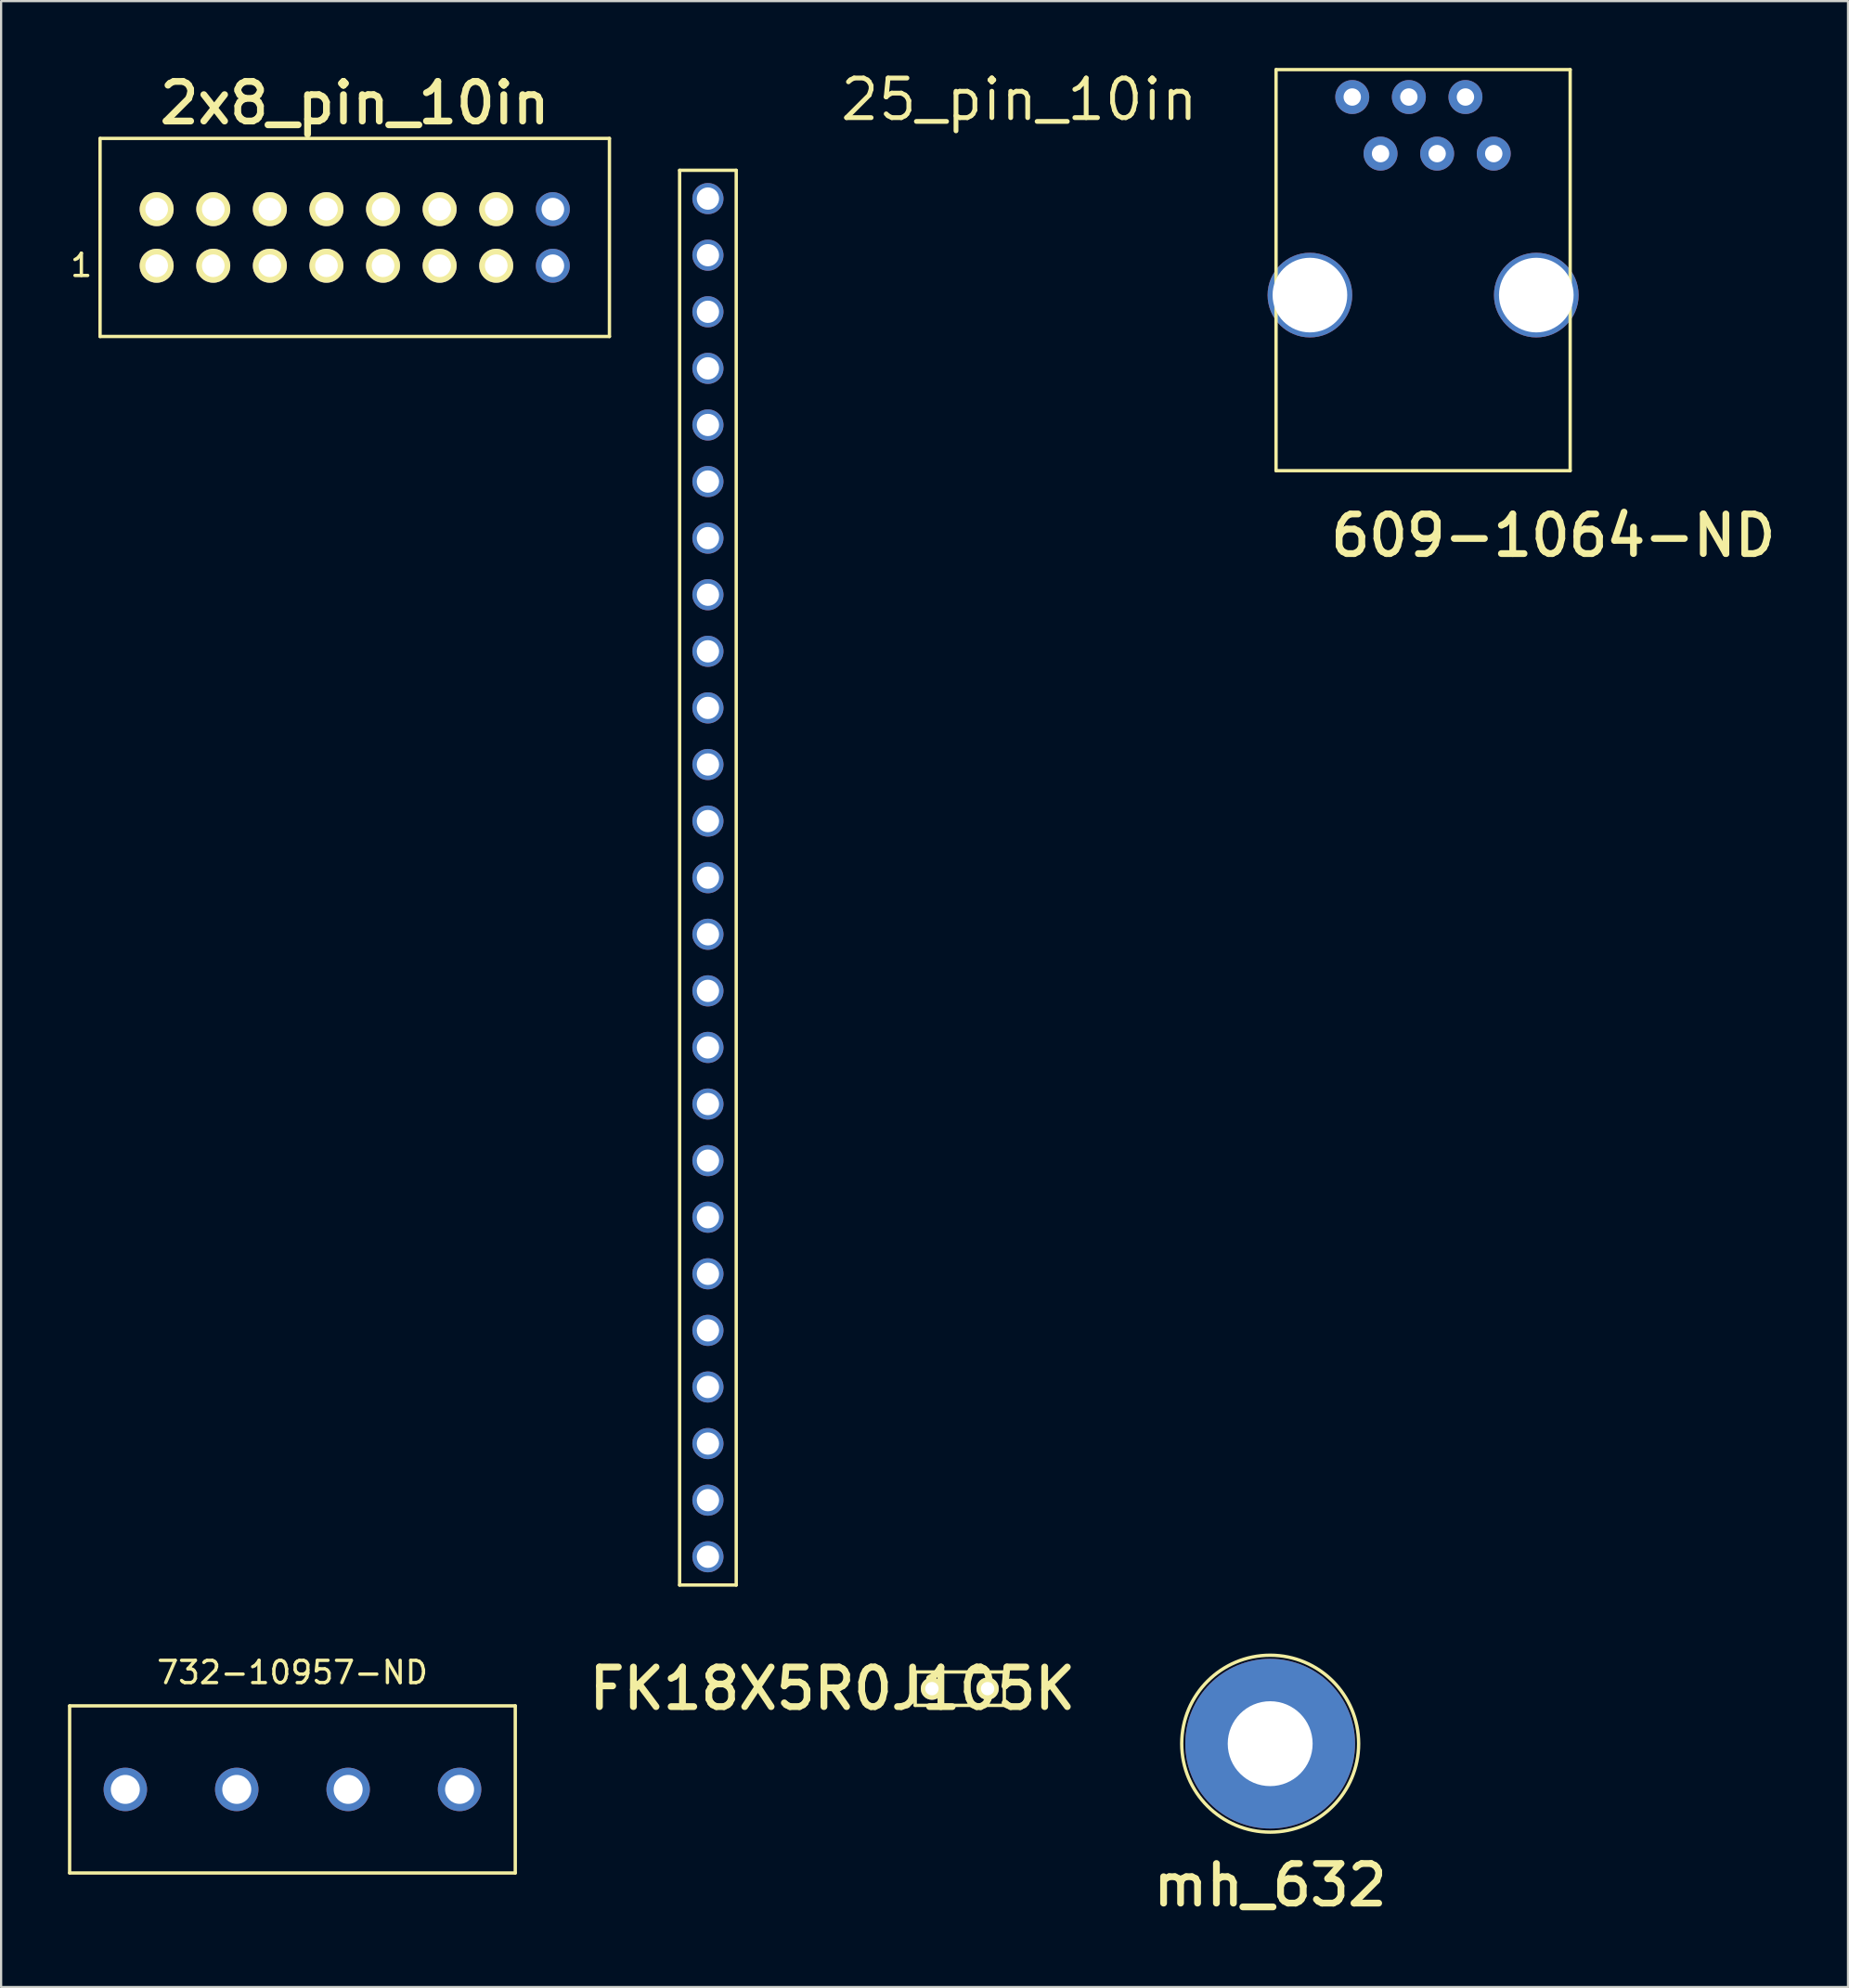
<source format=kicad_pcb>
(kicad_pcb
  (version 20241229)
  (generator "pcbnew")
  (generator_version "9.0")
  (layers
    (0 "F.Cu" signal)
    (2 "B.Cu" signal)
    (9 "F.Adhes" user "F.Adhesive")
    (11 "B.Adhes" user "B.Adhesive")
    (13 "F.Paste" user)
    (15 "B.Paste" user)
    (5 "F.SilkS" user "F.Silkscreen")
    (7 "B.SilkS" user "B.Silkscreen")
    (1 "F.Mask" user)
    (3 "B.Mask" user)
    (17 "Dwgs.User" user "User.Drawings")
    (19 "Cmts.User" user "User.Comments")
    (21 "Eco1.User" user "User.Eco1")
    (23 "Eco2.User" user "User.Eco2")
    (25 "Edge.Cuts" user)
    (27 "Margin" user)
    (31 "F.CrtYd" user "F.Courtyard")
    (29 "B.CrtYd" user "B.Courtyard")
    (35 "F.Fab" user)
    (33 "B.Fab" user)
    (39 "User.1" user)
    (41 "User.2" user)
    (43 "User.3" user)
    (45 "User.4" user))
  (footprint "2x8_pin_10in"
    (layer "F.Cu")
    (at 12.871 7.608)
    (property "Reference" "2x8_pin_10in" (at 0 -6.032 0) (layer "F.SilkS") (effects (font (size 1.778 1.778) (thickness 0.305))))
    (attr through_hole)
    (fp_line (start -11.43 -4.445) (end -11.43 4.445) (stroke (width 0.15) (type solid)) (layer "F.SilkS"))
    (fp_line (start -11.43 4.445) (end 11.43 4.445) (stroke (width 0.15) (type solid)) (layer "F.SilkS"))
    (fp_line (start 11.43 -4.445) (end -11.43 -4.445) (stroke (width 0.15) (type solid)) (layer "F.SilkS"))
    (fp_line (start 11.43 4.445) (end 11.43 -4.445) (stroke (width 0.15) (type solid)) (layer "F.SilkS"))
    (fp_text user "1" (at -12.27 1.25 0) (layer "F.SilkS") (effects (font (size 1 1) (thickness 0.15))))
    (pad "1" thru_hole circle (at -8.89 1.27) (size 1.524 1.524) (drill 1.016) (layers "*.Cu" "*.Mask" "F.SilkS"))
    (pad "2" thru_hole circle (at -8.89 -1.27) (size 1.524 1.524) (drill 1.016) (layers "*.Cu" "*.Mask" "F.SilkS"))
    (pad "3" thru_hole circle (at -6.35 1.27) (size 1.524 1.524) (drill 1.016) (layers "*.Cu" "*.Mask" "F.SilkS"))
    (pad "4" thru_hole circle (at -6.35 -1.27) (size 1.524 1.524) (drill 1.016) (layers "*.Cu" "*.Mask" "F.SilkS"))
    (pad "5" thru_hole circle (at -3.81 1.27) (size 1.524 1.524) (drill 1.016) (layers "*.Cu" "*.Mask" "F.SilkS"))
    (pad "6" thru_hole circle (at -3.81 -1.27) (size 1.524 1.524) (drill 1.016) (layers "*.Cu" "*.Mask" "F.SilkS"))
    (pad "7" thru_hole circle (at -1.27 1.27) (size 1.524 1.524) (drill 1.016) (layers "*.Cu" "*.Mask" "F.SilkS"))
    (pad "8" thru_hole circle (at -1.27 -1.27) (size 1.524 1.524) (drill 1.016) (layers "*.Cu" "*.Mask" "F.SilkS"))
    (pad "9" thru_hole circle (at 1.27 1.27) (size 1.524 1.524) (drill 1.016) (layers "*.Cu" "*.Mask" "F.SilkS"))
    (pad "10" thru_hole circle (at 1.27 -1.27) (size 1.524 1.524) (drill 1.016) (layers "*.Cu" "*.Mask" "F.SilkS"))
    (pad "11" thru_hole circle (at 3.81 1.27) (size 1.524 1.524) (drill 1.016) (layers "*.Cu" "*.Mask" "F.SilkS"))
    (pad "12" thru_hole circle (at 3.81 -1.27) (size 1.524 1.524) (drill 1.016) (layers "*.Cu" "*.Mask" "F.SilkS"))
    (pad "13" thru_hole circle (at 6.35 1.27) (size 1.524 1.524) (drill 1.016) (layers "*.Cu" "*.Mask" "F.SilkS"))
    (pad "14" thru_hole circle (at 6.35 -1.27) (size 1.524 1.524) (drill 1.016) (layers "*.Cu" "*.Mask" "F.SilkS"))
    (pad "15" thru_hole circle (at 8.89 1.27) (size 1.524 1.524) (drill 1.016) (layers "*.Cu" "*.Mask"))
    (pad "16" thru_hole circle (at 8.89 -1.27) (size 1.524 1.524) (drill 1.016) (layers "*.Cu" "*.Mask")))
  (footprint "732-10957-ND"
    (layer "F.Cu")
    (at 10.075 77.267)
    (property "Reference" "732-10957-ND" (at 0 -5.25 0) (layer "F.SilkS") (effects (font (size 1 1) (thickness 0.15))))
    (attr through_hole)
    (fp_line (start -10 -3.75) (end -10 3.75) (stroke (width 0.15) (type solid)) (layer "F.SilkS"))
    (fp_line (start -10 -3.75) (end 10 -3.75) (stroke (width 0.15) (type solid)) (layer "F.SilkS"))
    (fp_line (start -10 3.75) (end 10 3.75) (stroke (width 0.15) (type solid)) (layer "F.SilkS"))
    (fp_line (start 10 -3.75) (end 10 3.75) (stroke (width 0.15) (type solid)) (layer "F.SilkS"))
    (pad "1" thru_hole circle (at -7.5 0) (size 1.95 1.95) (drill 1.3) (layers "*.Cu" "*.Mask"))
    (pad "2" thru_hole circle (at -2.5 0) (size 1.95 1.95) (drill 1.3) (layers "*.Cu" "*.Mask"))
    (pad "3" thru_hole circle (at 2.5 0) (size 1.95 1.95) (drill 1.3) (layers "*.Cu" "*.Mask"))
    (pad "4" thru_hole circle (at 7.5 0) (size 1.95 1.95) (drill 1.3) (layers "*.Cu" "*.Mask")))
  (footprint "mh_632"
    (layer "F.Cu")
    (at 53.955 75.214)
    (property "Reference" "mh_632" (at 0 6.35 0) (layer "F.SilkS") (effects (font (size 1.778 1.778) (thickness 0.305))))
    (attr through_hole)
    (fp_circle (center 0 0) (end -2.6 -3) (stroke (width 0.15) (type solid)) (fill no) (layer "F.SilkS"))
    (pad "1" thru_hole circle (at 0 0) (size 7.62 7.62) (drill 3.81) (layers "*.Cu" "*.Mask")))
  (footprint "25_pin_10in"
    (layer "F.Cu")
    (at 42.691 36.344)
    (property "Reference" "25_pin_10in" (at 0 -34.925 0) (layer "F.SilkS") (effects (font (size 1.778 1.778) (thickness 0.216))))
    (attr through_hole)
    (fp_line (start -15.24 -31.75) (end -15.24 31.75) (stroke (width 0.15) (type solid)) (layer "F.SilkS"))
    (fp_line (start -15.24 -31.75) (end -12.7 -31.75) (stroke (width 0.15) (type solid)) (layer "F.SilkS"))
    (fp_line (start -15.24 31.75) (end -12.7 31.75) (stroke (width 0.15) (type solid)) (layer "F.SilkS"))
    (fp_line (start -12.7 31.75) (end -12.7 -31.75) (stroke (width 0.15) (type solid)) (layer "F.SilkS"))
    (pad "1" thru_hole circle (at -13.97 -30.48) (size 1.397 1.397) (drill 1) (layers "*.Cu" "*.Mask"))
    (pad "2" thru_hole circle (at -13.97 -27.94) (size 1.397 1.397) (drill 1) (layers "*.Cu" "*.Mask"))
    (pad "3" thru_hole circle (at -13.97 -25.4) (size 1.397 1.397) (drill 1) (layers "*.Cu" "*.Mask"))
    (pad "4" thru_hole circle (at -13.97 -22.86) (size 1.397 1.397) (drill 1) (layers "*.Cu" "*.Mask"))
    (pad "5" thru_hole circle (at -13.97 -20.32) (size 1.397 1.397) (drill 1) (layers "*.Cu" "*.Mask"))
    (pad "6" thru_hole circle (at -13.97 -17.78) (size 1.397 1.397) (drill 1) (layers "*.Cu" "*.Mask"))
    (pad "7" thru_hole circle (at -13.97 -15.24) (size 1.397 1.397) (drill 1) (layers "*.Cu" "*.Mask"))
    (pad "8" thru_hole circle (at -13.97 -12.7) (size 1.397 1.397) (drill 1) (layers "*.Cu" "*.Mask"))
    (pad "9" thru_hole circle (at -13.97 -10.16) (size 1.397 1.397) (drill 1) (layers "*.Cu" "*.Mask"))
    (pad "10" thru_hole circle (at -13.97 -7.62) (size 1.397 1.397) (drill 1) (layers "*.Cu" "*.Mask"))
    (pad "11" thru_hole circle (at -13.97 -5.08) (size 1.397 1.397) (drill 1) (layers "*.Cu" "*.Mask"))
    (pad "12" thru_hole circle (at -13.97 -2.54) (size 1.397 1.397) (drill 1) (layers "*.Cu" "*.Mask"))
    (pad "13" thru_hole circle (at -13.97 0) (size 1.397 1.397) (drill 1) (layers "*.Cu" "*.Mask"))
    (pad "14" thru_hole circle (at -13.97 2.54) (size 1.397 1.397) (drill 1) (layers "*.Cu" "*.Mask"))
    (pad "15" thru_hole circle (at -13.97 5.08) (size 1.397 1.397) (drill 1) (layers "*.Cu" "*.Mask"))
    (pad "16" thru_hole circle (at -13.97 7.62) (size 1.397 1.397) (drill 1) (layers "*.Cu" "*.Mask"))
    (pad "17" thru_hole circle (at -13.97 10.16) (size 1.397 1.397) (drill 1) (layers "*.Cu" "*.Mask"))
    (pad "18" thru_hole circle (at -13.97 12.7) (size 1.397 1.397) (drill 1) (layers "*.Cu" "*.Mask"))
    (pad "19" thru_hole circle (at -13.97 15.24) (size 1.397 1.397) (drill 1) (layers "*.Cu" "*.Mask"))
    (pad "20" thru_hole circle (at -13.97 17.78) (size 1.397 1.397) (drill 1) (layers "*.Cu" "*.Mask"))
    (pad "21" thru_hole circle (at -13.97 20.32) (size 1.397 1.397) (drill 1) (layers "*.Cu" "*.Mask"))
    (pad "22" thru_hole circle (at -13.97 22.86) (size 1.397 1.397) (drill 1) (layers "*.Cu" "*.Mask"))
    (pad "23" thru_hole circle (at -13.97 25.4) (size 1.397 1.397) (drill 1) (layers "*.Cu" "*.Mask"))
    (pad "24" thru_hole circle (at -13.97 27.94) (size 1.397 1.397) (drill 1) (layers "*.Cu" "*.Mask"))
    (pad "25" thru_hole circle (at -13.97 30.48) (size 1.397 1.397) (drill 1) (layers "*.Cu" "*.Mask")))
  (footprint "FK18X5R0J105K"
    (layer "F.Cu")
    (at 40.024 72.744)
    (property "Reference" "FK18X5R0J105K" (at -5.715 0 0) (layer "F.SilkS") (effects (font (size 1.778 1.778) (thickness 0.305))))
    (attr through_hole)
    (fp_line (start -2 -0.75) (end -2 0.75) (stroke (width 0.15) (type solid)) (layer "F.SilkS"))
    (fp_line (start -2 0.75) (end 2 0.75) (stroke (width 0.15) (type solid)) (layer "F.SilkS"))
    (fp_line (start 2 -0.75) (end -2 -0.75) (stroke (width 0.15) (type solid)) (layer "F.SilkS"))
    (fp_line (start 2 0.75) (end 2 -0.75) (stroke (width 0.15) (type solid)) (layer "F.SilkS"))
    (pad "1" thru_hole circle (at -1.25 0) (size 1 1) (drill 0.6) (layers "*.Cu" "*.Mask" "F.SilkS"))
    (pad "2" thru_hole circle (at 1.25 0) (size 1 1) (drill 0.6) (layers "*.Cu" "*.Mask" "F.SilkS")))
  (footprint "609-1064-ND"
    (layer "F.Cu")
    (at 60.818 10.195)
    (property "Reference" "609-1064-ND" (at 5.842 10.795 0) (layer "F.SilkS") (effects (font (size 1.778 1.778) (thickness 0.305))))
    (attr through_hole)
    (fp_line (start -6.6 -10.12) (end -6.6 7.88) (stroke (width 0.15) (type solid)) (layer "F.SilkS"))
    (fp_line (start -6.6 -10.12) (end 6.6 -10.12) (stroke (width 0.15) (type solid)) (layer "F.SilkS"))
    (fp_line (start -6.6 7.88) (end 6.6 7.88) (stroke (width 0.15) (type solid)) (layer "F.SilkS"))
    (fp_line (start 6.6 -10.12) (end 6.6 7.88) (stroke (width 0.15) (type solid)) (layer "F.SilkS"))
    (pad "1" thru_hole circle (at 3.17 -6.35 180) (size 1.524 1.524) (drill 0.78) (layers "*.Cu" "*.Mask"))
    (pad "2" thru_hole circle (at 1.9 -8.89 180) (size 1.524 1.524) (drill 0.78) (layers "*.Cu" "*.Mask"))
    (pad "3" thru_hole circle (at 0.63 -6.35 180) (size 1.524 1.524) (drill 0.78) (layers "*.Cu" "*.Mask"))
    (pad "4" thru_hole circle (at -0.64 -8.89 180) (size 1.524 1.524) (drill 0.78) (layers "*.Cu" "*.Mask"))
    (pad "5" thru_hole circle (at -1.91 -6.35 180) (size 1.524 1.524) (drill 0.78) (layers "*.Cu" "*.Mask"))
    (pad "6" thru_hole circle (at -3.18 -8.89 180) (size 1.524 1.524) (drill 0.78) (layers "*.Cu" "*.Mask"))
    (pad "MECH" thru_hole circle (at -5.08 0) (size 3.8 3.8) (drill 3.35) (layers "*.Cu" "*.Mask"))
    (pad "MECH" thru_hole circle (at 5.08 0) (size 3.8 3.8) (drill 3.35) (layers "*.Cu" "*.Mask")))
  (gr_rect
    (start -3 -3)
    (end 79.888 86.139)
    (stroke (width 0.1) (type default))
    (fill no)
    (layer "Edge.Cuts")))
</source>
